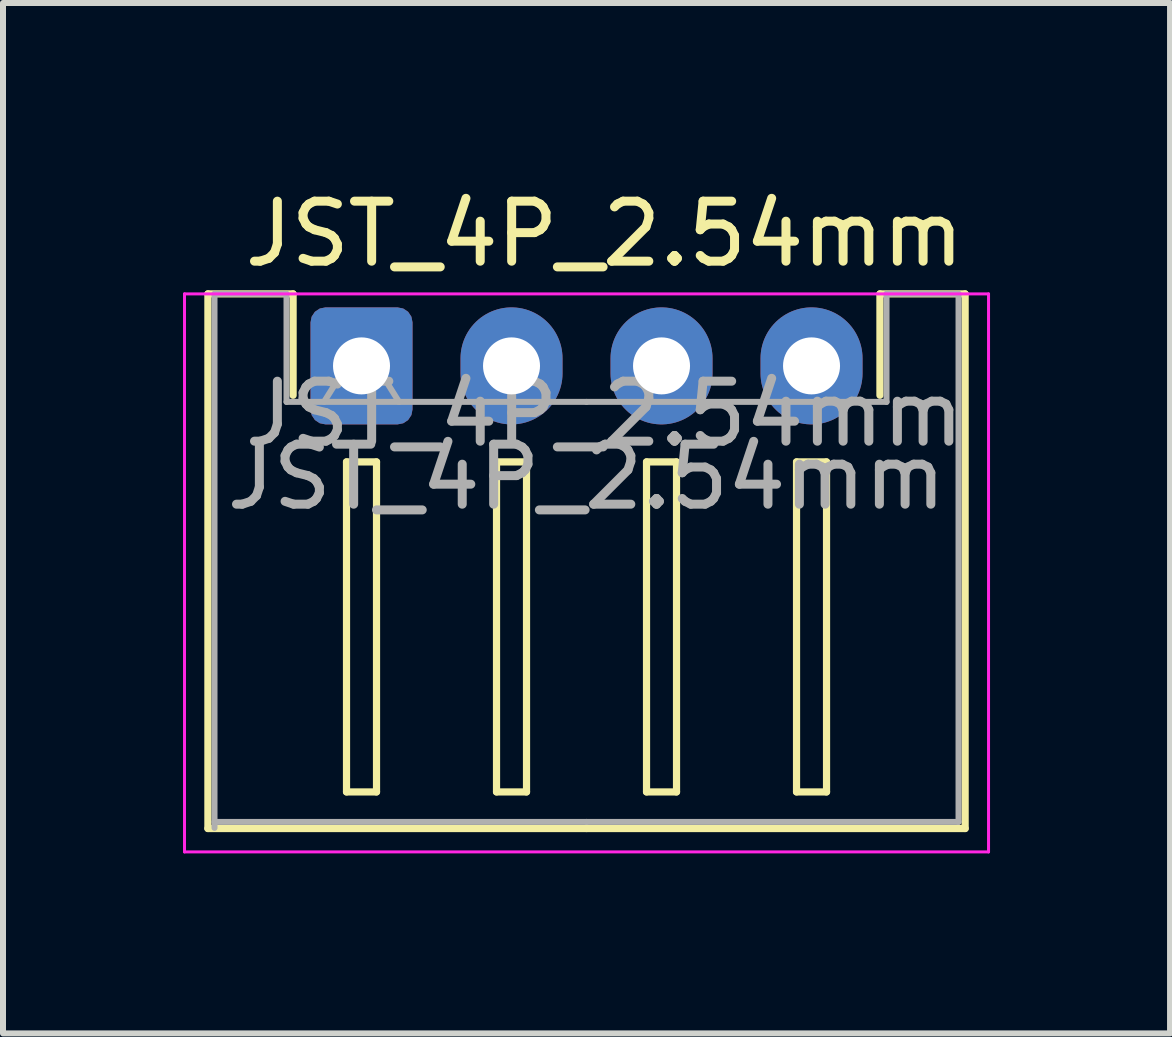
<source format=kicad_pcb>
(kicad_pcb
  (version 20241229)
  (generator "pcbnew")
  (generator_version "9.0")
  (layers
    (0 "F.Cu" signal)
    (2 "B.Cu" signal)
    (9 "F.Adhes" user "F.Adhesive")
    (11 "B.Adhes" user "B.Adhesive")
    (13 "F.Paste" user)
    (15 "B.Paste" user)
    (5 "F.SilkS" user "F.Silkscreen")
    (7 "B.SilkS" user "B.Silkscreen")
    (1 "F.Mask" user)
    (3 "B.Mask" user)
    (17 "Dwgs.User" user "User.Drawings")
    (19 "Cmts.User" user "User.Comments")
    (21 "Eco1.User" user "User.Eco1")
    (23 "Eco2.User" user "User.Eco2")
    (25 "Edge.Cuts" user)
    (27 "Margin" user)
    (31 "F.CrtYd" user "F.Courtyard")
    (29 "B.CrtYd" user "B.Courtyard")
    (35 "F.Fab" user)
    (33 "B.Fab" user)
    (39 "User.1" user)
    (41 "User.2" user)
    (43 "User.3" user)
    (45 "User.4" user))
  (footprint "JST_4P_2.54mm"
    (layer "F.Cu")
    (at 7.025 1.348)
    (property "Reference" "JST_4P_2.54mm" (at 0 -0.5 0) (unlocked yes) (layer "F.SilkS") (effects (font (size 1 1) (thickness 0.15))))
    (attr through_hole)
    (fp_line (start -6.61 0.5) (end -5.19 0.5) (stroke (width 0.12) (type solid)) (layer "F.SilkS"))
    (fp_line (start -6.61 9.41) (end -6.61 0.5) (stroke (width 0.12) (type solid)) (layer "F.SilkS"))
    (fp_line (start -5.19 0.5) (end -5.19 2.19) (stroke (width 0.12) (type solid)) (layer "F.SilkS"))
    (fp_line (start -4.3 3.3) (end -4.3 8.8) (stroke (width 0.12) (type solid)) (layer "F.SilkS"))
    (fp_line (start -4.3 8.8) (end -3.8 8.8) (stroke (width 0.12) (type solid)) (layer "F.SilkS"))
    (fp_line (start -3.8 3.3) (end -4.3 3.3) (stroke (width 0.12) (type solid)) (layer "F.SilkS"))
    (fp_line (start -3.8 8.8) (end -3.8 3.3) (stroke (width 0.12) (type solid)) (layer "F.SilkS"))
    (fp_line (start -1.8 3.3) (end -1.8 8.8) (stroke (width 0.12) (type solid)) (layer "F.SilkS"))
    (fp_line (start -1.8 8.8) (end -1.3 8.8) (stroke (width 0.12) (type solid)) (layer "F.SilkS"))
    (fp_line (start -1.3 3.3) (end -1.8 3.3) (stroke (width 0.12) (type solid)) (layer "F.SilkS"))
    (fp_line (start -1.3 8.8) (end -1.3 3.3) (stroke (width 0.12) (type solid)) (layer "F.SilkS"))
    (fp_line (start -0.3 9.41) (end -6.61 9.41) (stroke (width 0.12) (type solid)) (layer "F.SilkS"))
    (fp_line (start -0.3 9.41) (end 6.01 9.41) (stroke (width 0.12) (type solid)) (layer "F.SilkS"))
    (fp_line (start 0.7 3.3) (end 0.7 8.8) (stroke (width 0.12) (type solid)) (layer "F.SilkS"))
    (fp_line (start 0.7 8.8) (end 1.2 8.8) (stroke (width 0.12) (type solid)) (layer "F.SilkS"))
    (fp_line (start 1.2 3.3) (end 0.7 3.3) (stroke (width 0.12) (type solid)) (layer "F.SilkS"))
    (fp_line (start 1.2 8.8) (end 1.2 3.3) (stroke (width 0.12) (type solid)) (layer "F.SilkS"))
    (fp_line (start 3.2 3.3) (end 3.2 8.8) (stroke (width 0.12) (type solid)) (layer "F.SilkS"))
    (fp_line (start 3.2 8.8) (end 3.7 8.8) (stroke (width 0.12) (type solid)) (layer "F.SilkS"))
    (fp_line (start 3.7 3.3) (end 3.2 3.3) (stroke (width 0.12) (type solid)) (layer "F.SilkS"))
    (fp_line (start 3.7 8.8) (end 3.7 3.3) (stroke (width 0.12) (type solid)) (layer "F.SilkS"))
    (fp_line (start 4.59 0.5) (end 4.59 2.19) (stroke (width 0.12) (type solid)) (layer "F.SilkS"))
    (fp_line (start 6.01 0.5) (end 4.59 0.5) (stroke (width 0.12) (type solid)) (layer "F.SilkS"))
    (fp_line (start 6.01 9.41) (end 6.01 0.5) (stroke (width 0.12) (type solid)) (layer "F.SilkS"))
    (fp_line (start -7 0.5) (end -7 9.8) (stroke (width 0.05) (type solid)) (layer "F.CrtYd"))
    (fp_line (start -7 9.8) (end 6.4 9.8) (stroke (width 0.05) (type solid)) (layer "F.CrtYd"))
    (fp_line (start 6.4 0.5) (end -7 0.5) (stroke (width 0.05) (type solid)) (layer "F.CrtYd"))
    (fp_line (start 6.4 9.8) (end 6.4 0.5) (stroke (width 0.05) (type solid)) (layer "F.CrtYd"))
    (fp_line (start -6.5 0.5) (end -5.3 0.5) (stroke (width 0.1) (type solid)) (layer "F.Fab"))
    (fp_line (start -6.5 9.4) (end -6.5 0.5) (stroke (width 0.1) (type solid)) (layer "F.Fab"))
    (fp_line (start -5.3 0.5) (end -5.3 2.3) (stroke (width 0.1) (type solid)) (layer "F.Fab"))
    (fp_line (start -5.3 2.3) (end -0.3 2.3) (stroke (width 0.1) (type solid)) (layer "F.Fab"))
    (fp_line (start -4.675 2.3) (end -4.05 1.3) (stroke (width 0.1) (type solid)) (layer "F.Fab"))
    (fp_line (start -4.05 1.3) (end -3.425 2.3) (stroke (width 0.1) (type solid)) (layer "F.Fab"))
    (fp_line (start -0.3 9.3) (end -6.5 9.3) (stroke (width 0.1) (type solid)) (layer "F.Fab"))
    (fp_line (start -0.3 9.3) (end 5.9 9.3) (stroke (width 0.1) (type solid)) (layer "F.Fab"))
    (fp_line (start 4.7 0.5) (end 4.7 2.3) (stroke (width 0.1) (type solid)) (layer "F.Fab"))
    (fp_line (start 4.7 2.3) (end -0.3 2.3) (stroke (width 0.1) (type solid)) (layer "F.Fab"))
    (fp_line (start 5.9 0.5) (end 4.7 0.5) (stroke (width 0.1) (type solid)) (layer "F.Fab"))
    (fp_line (start 5.9 9.3) (end 5.9 0.5) (stroke (width 0.1) (type solid)) (layer "F.Fab"))
    (fp_text user "${REFERENCE}" (at -0.3 3.55 0) (layer "F.Fab") (effects (font (size 1 1) (thickness 0.15))))
    (fp_text user "${REFERENCE}" (at 0 2.5 0) (unlocked yes) (layer "F.Fab") (effects (font (size 1 1) (thickness 0.15))))
    (pad "1" thru_hole roundrect (at -4.05 1.7) (size 1.7 1.95) (drill 0.95) (layers "*.Cu" "*.Mask") (roundrect_rratio 0.147))
    (pad "2" thru_hole oval (at -1.55 1.7) (size 1.7 1.95) (drill 0.95) (layers "*.Cu" "*.Mask"))
    (pad "3" thru_hole oval (at 0.95 1.7) (size 1.7 1.95) (drill 0.95) (layers "*.Cu" "*.Mask"))
    (pad "4" thru_hole oval (at 3.45 1.7) (size 1.7 1.95) (drill 0.95) (layers "*.Cu" "*.Mask")))
  (gr_rect
    (start -3 -3)
    (end 16.45 14.173)
    (stroke (width 0.1) (type default))
    (fill no)
    (layer "Edge.Cuts")))
</source>
